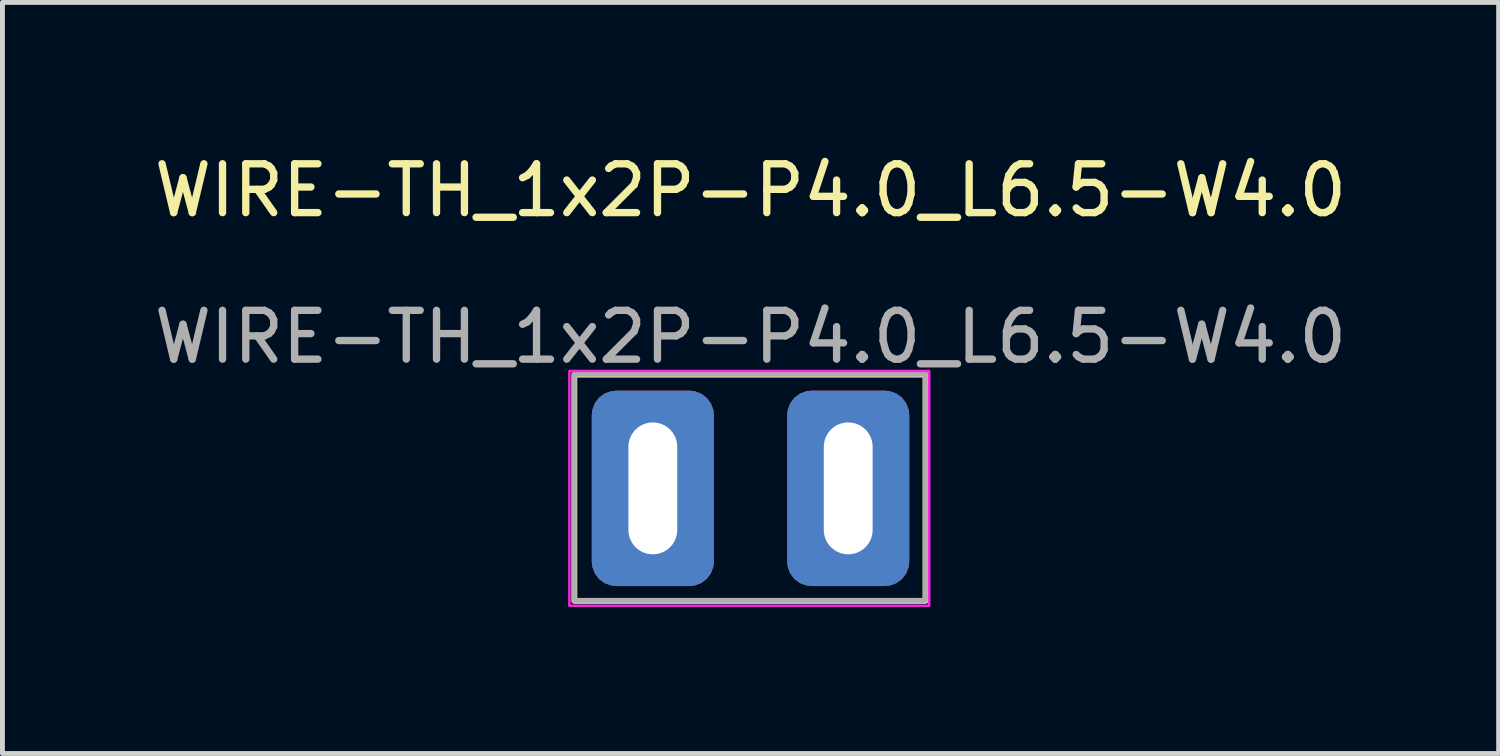
<source format=kicad_pcb>
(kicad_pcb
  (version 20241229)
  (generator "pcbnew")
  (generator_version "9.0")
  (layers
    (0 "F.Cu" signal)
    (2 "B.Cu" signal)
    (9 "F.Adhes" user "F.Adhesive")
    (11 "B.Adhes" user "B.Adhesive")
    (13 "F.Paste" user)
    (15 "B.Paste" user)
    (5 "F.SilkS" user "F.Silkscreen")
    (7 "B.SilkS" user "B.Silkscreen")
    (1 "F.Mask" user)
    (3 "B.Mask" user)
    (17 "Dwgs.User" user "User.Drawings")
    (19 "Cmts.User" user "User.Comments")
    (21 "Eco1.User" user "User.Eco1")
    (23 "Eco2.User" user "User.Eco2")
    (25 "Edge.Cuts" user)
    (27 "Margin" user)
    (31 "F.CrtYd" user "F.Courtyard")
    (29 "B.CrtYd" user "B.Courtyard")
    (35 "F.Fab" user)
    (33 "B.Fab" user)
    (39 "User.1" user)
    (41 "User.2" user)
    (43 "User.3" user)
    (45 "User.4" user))
  (footprint "WIRE-TH_1x2P-P4.0_L6.5-W4.0"
    (layer "F.Cu")
    (at 12.315 6.948)
    (property "Reference" "WIRE-TH_1x2P-P4.0_L6.5-W4.0" (at 0 -6.1 0) (unlocked yes) (layer "F.SilkS") (effects (font (size 1 1) (thickness 0.15))))
    (attr smd)
    (fp_rect (start -3.607 -2.329) (end 3.581 2.303) (stroke (width 0.12) (type solid)) (fill no) (layer "F.SilkS"))
    (fp_rect (start -3.708 -2.403) (end 3.658 2.403) (stroke (width 0.05) (type solid)) (fill no) (layer "F.CrtYd"))
    (fp_rect (start -3.607 -2.337) (end 3.581 2.295) (stroke (width 0.1) (type solid)) (fill no) (layer "F.Fab"))
    (fp_text user "${REFERENCE}" (at 0 -3.1 0) (unlocked yes) (layer "F.Fab") (effects (font (size 1 1) (thickness 0.15))))
    (pad "1" thru_hole roundrect (at -2 0) (size 2.5 4) (drill oval 1 2.7) (layers "*.Cu" "*.Mask") (roundrect_rratio 0.2))
    (pad "2" thru_hole roundrect (at 2 0) (size 2.5 4) (drill oval 1 2.7) (layers "*.Cu" "*.Mask") (roundrect_rratio 0.2)))
  (gr_rect
    (start -3 -3)
    (end 27.631 12.376)
    (stroke (width 0.1) (type default))
    (fill no)
    (layer "Edge.Cuts")))
</source>
